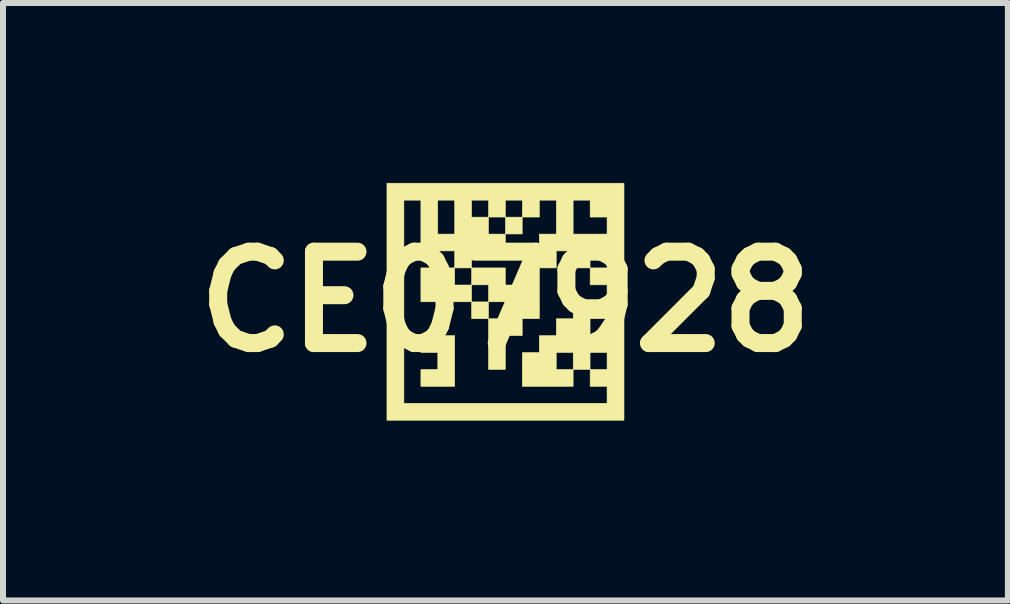
<source format=kicad_pcb>
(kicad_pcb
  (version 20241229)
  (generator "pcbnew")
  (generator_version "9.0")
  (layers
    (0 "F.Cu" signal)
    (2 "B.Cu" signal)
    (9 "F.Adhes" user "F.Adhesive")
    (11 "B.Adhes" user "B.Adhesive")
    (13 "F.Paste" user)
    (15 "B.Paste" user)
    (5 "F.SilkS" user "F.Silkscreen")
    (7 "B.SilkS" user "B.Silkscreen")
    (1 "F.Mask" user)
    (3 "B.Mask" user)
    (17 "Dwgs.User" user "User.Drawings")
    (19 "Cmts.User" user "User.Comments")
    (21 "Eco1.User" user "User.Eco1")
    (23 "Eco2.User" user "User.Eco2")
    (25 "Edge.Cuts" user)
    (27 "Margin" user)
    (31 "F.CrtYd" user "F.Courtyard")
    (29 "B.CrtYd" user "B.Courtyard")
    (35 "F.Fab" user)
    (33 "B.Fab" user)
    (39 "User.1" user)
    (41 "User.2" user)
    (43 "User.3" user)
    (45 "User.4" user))
  (footprint "CE07928"
    (layer "F.Cu")
    (at 5.378 1.981)
    (property "Reference" "CE07928" (at 0 0 0) (layer "F.SilkS") (effects (font (size 1.524 1.524) (thickness 0.3))))
    (attr through_hole)
    (fp_poly (pts (xy -0.284 0.282) (xy -0.564 0.282) (xy -0.564 0.003) (xy -0.284 0.003) (xy -0.284 0.282)) (stroke (width 0.01) (type solid)) (fill yes) (layer "F.SilkS"))
    (fp_poly (pts (xy 0.279 -1.13) (xy 0 -1.13) (xy 0 -1.41) (xy 0.279 -1.41) (xy 0.279 -1.13)) (stroke (width 0.01) (type solid)) (fill yes) (layer "F.SilkS"))
    (fp_poly (pts (xy -0.848 -0.279) (xy -0.566 -0.279) (xy -0.566 0) (xy -1.41 0) (xy -1.41 -0.564) (xy -0.848 -0.564) (xy -0.848 -0.279)) (stroke (width 0.01) (type solid)) (fill yes) (layer "F.SilkS"))
    (fp_poly (pts (xy -0.848 1.41) (xy -1.41 1.41) (xy -1.41 1.13) (xy -1.128 1.13) (xy -1.128 0.846) (xy -1.41 0.846) (xy -1.41 0.566) (xy -0.848 0.566) (xy -0.848 1.41)) (stroke (width 0.01) (type solid)) (fill yes) (layer "F.SilkS"))
    (fp_poly (pts (xy -0.003 -0.279) (xy 0.282 -0.279) (xy 0.282 -0.564) (xy 0.564 -0.564) (xy 0.564 0.282) (xy 0.279 0.282) (xy 0.279 0.564) (xy -0.003 0.564) (xy -0.003 1.128) (xy -0.282 1.128) (xy -0.282 0.284) (xy 0 0.284) (xy 0 0) (xy -0.282 0) (xy -0.282 -0.282) (xy -0.564 -0.282) (xy -0.564 -0.564) (xy -0.003 -0.564) (xy -0.003 -0.279)) (stroke (width 0.01) (type solid)) (fill yes) (layer "F.SilkS"))
    (fp_poly (pts (xy 1.976 1.976) (xy -1.976 1.976) (xy -1.976 -1.694) (xy -1.694 -1.694) (xy -1.694 1.694) (xy 1.694 1.694) (xy 1.694 1.41) (xy 1.412 1.41) (xy 1.412 1.13) (xy 1.694 1.13) (xy 1.694 0.846) (xy 1.41 0.846) (xy 1.41 1.128) (xy 1.13 1.128) (xy 1.13 0.846) (xy 0.846 0.846) (xy 0.846 1.13) (xy 1.128 1.13) (xy 1.128 1.41) (xy 0.282 1.41) (xy 0.282 0.848) (xy 0.564 0.848) (xy 0.564 0.566) (xy 0.848 0.566) (xy 0.848 0.284) (xy 1.13 0.284) (xy 1.13 0.282) (xy 1.41 0.282) (xy 1.41 0.566) (xy 1.694 0.566) (xy 1.694 0.282) (xy 1.41 0.282) (xy 1.13 0.282) (xy 1.13 0.003) (xy 1.694 0.003) (xy 1.694 -0.282) (xy 1.412 -0.282) (xy 1.412 -0.564) (xy 1.694 -0.564) (xy 1.694 -0.848) (xy 1.41 -0.848) (xy 1.41 -0.564) (xy 1.13 -0.564) (xy 1.13 -0.848) (xy 0.846 -0.848) (xy 0.846 -0.564) (xy 0.564 -0.564) (xy 0.564 -1.128) (xy 0.848 -1.128) (xy 0.848 -1.694) (xy 1.128 -1.694) (xy 1.128 -1.128) (xy 1.694 -1.128) (xy 1.694 -1.412) (xy 1.412 -1.412) (xy 1.412 -1.694) (xy 1.128 -1.694) (xy 0.848 -1.694) (xy 0.564 -1.694) (xy 0.564 -1.412) (xy 0.282 -1.412) (xy 0.282 -1.694) (xy -0.003 -1.694) (xy -0.003 -1.412) (xy -0.282 -1.412) (xy -0.282 -1.694) (xy -0.566 -1.694) (xy -0.566 -1.41) (xy -0.284 -1.41) (xy -0.284 -1.128) (xy -0.003 -1.128) (xy -0.003 -0.848) (xy -0.566 -0.848) (xy -0.566 -0.564) (xy -0.846 -0.564) (xy -0.846 -0.848) (xy -1.41 -0.848) (xy -1.41 -1.694) (xy -1.13 -1.694) (xy -1.13 -1.128) (xy -0.846 -1.128) (xy -0.846 -1.694) (xy -1.13 -1.694) (xy -1.41 -1.694) (xy -1.694 -1.694) (xy -1.976 -1.694) (xy -1.976 -1.976) (xy 1.976 -1.976) (xy 1.976 1.976)) (stroke (width 0.01) (type solid)) (fill yes) (layer "F.SilkS")))
  (gr_rect
    (start -3 -3)
    (end 13.755 6.962)
    (stroke (width 0.1) (type default))
    (fill no)
    (layer "Edge.Cuts")))
</source>
